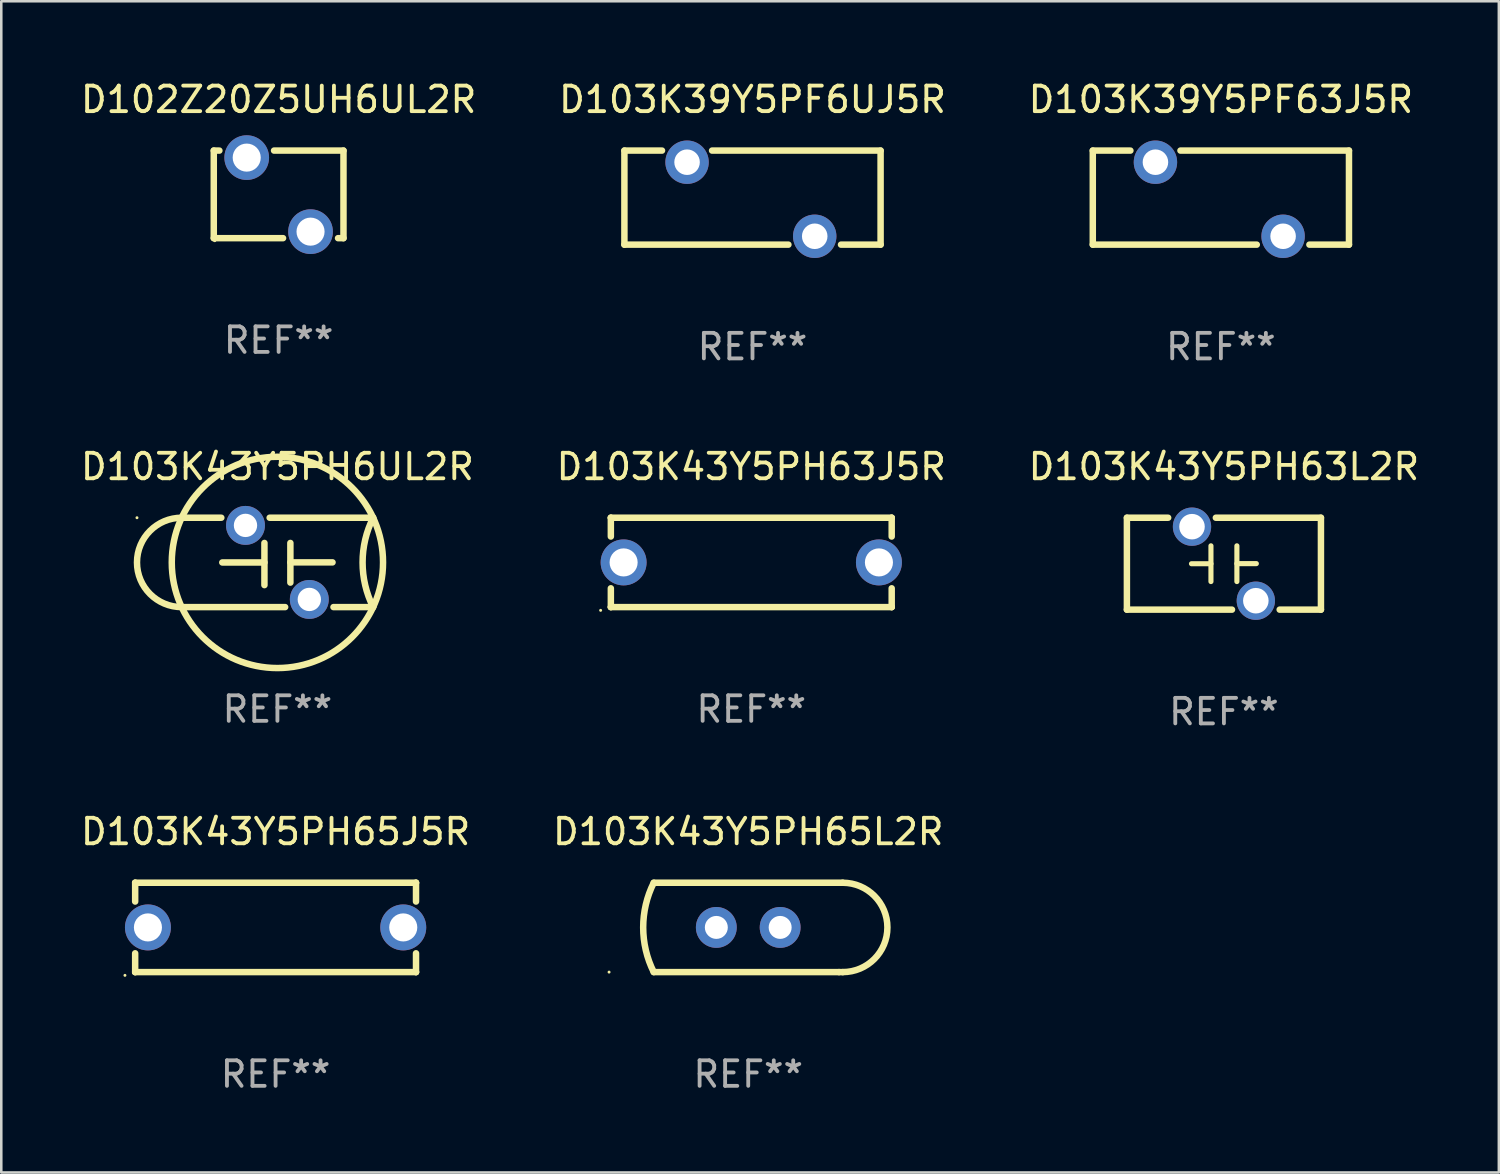
<source format=kicad_pcb>
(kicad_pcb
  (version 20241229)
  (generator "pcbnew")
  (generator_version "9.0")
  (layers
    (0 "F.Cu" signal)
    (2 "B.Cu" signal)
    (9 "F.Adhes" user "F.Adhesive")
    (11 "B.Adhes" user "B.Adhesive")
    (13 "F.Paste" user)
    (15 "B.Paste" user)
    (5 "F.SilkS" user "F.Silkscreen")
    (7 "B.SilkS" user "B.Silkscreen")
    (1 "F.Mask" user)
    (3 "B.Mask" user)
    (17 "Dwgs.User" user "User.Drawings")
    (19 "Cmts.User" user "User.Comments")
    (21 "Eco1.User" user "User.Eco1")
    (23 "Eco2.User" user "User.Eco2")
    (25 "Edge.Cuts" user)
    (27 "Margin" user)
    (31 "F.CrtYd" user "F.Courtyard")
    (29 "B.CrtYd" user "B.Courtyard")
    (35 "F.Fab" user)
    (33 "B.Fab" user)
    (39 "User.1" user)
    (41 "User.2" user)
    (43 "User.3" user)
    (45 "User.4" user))
  (footprint "D103K39Y5PF63J5R"
    (layer "F.Cu")
    (at 44.768 4.69)
    (property "Reference" "D103K39Y5PF63J5R" (at 0 -3.842 0) (layer "F.SilkS") (effects (font (size 1 1) (thickness 0.15))))
    (attr through_hole)
    (fp_line (start -5.017 -1.842) (end -3.544 -1.842) (stroke (width 0.254) (type solid)) (layer "F.SilkS"))
    (fp_line (start -5.017 1.842) (end -5.017 -1.842) (stroke (width 0.254) (type solid)) (layer "F.SilkS"))
    (fp_line (start -1.583 -1.842) (end 5.017 -1.842) (stroke (width 0.254) (type solid)) (layer "F.SilkS"))
    (fp_line (start 1.406 1.842) (end -5.017 1.842) (stroke (width 0.254) (type solid)) (layer "F.SilkS"))
    (fp_line (start 5.017 -1.842) (end 5.017 1.842) (stroke (width 0.254) (type solid)) (layer "F.SilkS"))
    (fp_line (start 5.017 1.842) (end 3.467 1.842) (stroke (width 0.254) (type solid)) (layer "F.SilkS"))
    (fp_circle (center -5.064 -1.687) (end -5.034 -1.687) (stroke (width 0.06) (type solid)) (fill no) (layer "F.SilkS"))
    (fp_text user "REF**" (at 0 5.842 0) (layer "F.Fab") (effects (font (size 1 1) (thickness 0.15))))
    (pad "1" thru_hole circle (at -2.563 -1.387) (size 1.7 1.7) (drill 1) (layers "*.Cu" "*.Mask"))
    (pad "2" thru_hole circle (at 2.437 1.514) (size 1.7 1.7) (drill 1) (layers "*.Cu" "*.Mask")))
  (footprint "D103K43Y5PH65J5R"
    (layer "F.Cu")
    (at 7.744 33.274)
    (property "Reference" "D103K43Y5PH65J5R" (at 0 -3.75 0) (layer "F.SilkS") (effects (font (size 1 1) (thickness 0.15))))
    (attr through_hole)
    (fp_line (start -5.5 -1.75) (end -5.5 -1.75) (stroke (width 0.254) (type solid)) (layer "F.SilkS"))
    (fp_line (start -5.5 -1.75) (end -5.5 -1.014) (stroke (width 0.254) (type solid)) (layer "F.SilkS"))
    (fp_line (start -5.5 -1.75) (end 5.5 -1.75) (stroke (width 0.254) (type solid)) (layer "F.SilkS"))
    (fp_line (start -5.5 1.014) (end -5.5 1.75) (stroke (width 0.254) (type solid)) (layer "F.SilkS"))
    (fp_line (start -5.5 1.75) (end -5.5 1.75) (stroke (width 0.254) (type solid)) (layer "F.SilkS"))
    (fp_line (start 5.5 -1.75) (end 5.5 -1.75) (stroke (width 0.254) (type solid)) (layer "F.SilkS"))
    (fp_line (start 5.5 -1.75) (end 5.5 -1.014) (stroke (width 0.254) (type solid)) (layer "F.SilkS"))
    (fp_line (start 5.5 1.014) (end 5.5 1.75) (stroke (width 0.254) (type solid)) (layer "F.SilkS"))
    (fp_line (start 5.5 1.75) (end -5.5 1.75) (stroke (width 0.254) (type solid)) (layer "F.SilkS"))
    (fp_line (start 5.5 1.75) (end 5.5 1.75) (stroke (width 0.254) (type solid)) (layer "F.SilkS"))
    (fp_circle (center -5.9 1.877) (end -5.87 1.877) (stroke (width 0.06) (type solid)) (fill no) (layer "F.SilkS"))
    (fp_text user "REF**" (at 0 5.75 0) (layer "F.Fab") (effects (font (size 1 1) (thickness 0.15))))
    (pad "1" thru_hole circle (at -5 0) (size 1.8 1.8) (drill 1.1) (layers "*.Cu" "*.Mask"))
    (pad "2" thru_hole circle (at 5 0) (size 1.8 1.8) (drill 1.1) (layers "*.Cu" "*.Mask")))
  (footprint "D103K43Y5PH65L2R"
    (layer "F.Cu")
    (at 26.256 33.274)
    (property "Reference" "D103K43Y5PH65L2R" (at 0 -3.75 0) (layer "F.SilkS") (effects (font (size 1 1) (thickness 0.15))))
    (attr through_hole)
    (fp_line (start -3.701 -1.75) (end 3.701 -1.75) (stroke (width 0.254) (type solid)) (layer "F.SilkS"))
    (fp_line (start -3.701 1.75) (end 3.556 1.75) (stroke (width 0.254) (type solid)) (layer "F.SilkS"))
    (fp_line (start 3.556 1.75) (end 3.701 1.75) (stroke (width 0.254) (type solid)) (layer "F.SilkS"))
    (fp_arc (start -3.701245 1.750013) (mid -4.114367 0) (end -3.701245 -1.750013) (stroke (width 0.254001) (type solid)) (layer "F.SilkS"))
    (fp_arc (start 3.701245 -1.750013) (mid 5.451258 0) (end 3.701245 1.750013) (stroke (width 0.254001) (type solid)) (layer "F.SilkS"))
    (fp_circle (center -5.451 1.75) (end -5.421 1.75) (stroke (width 0.06) (type solid)) (fill no) (layer "F.SilkS"))
    (fp_text user "REF**" (at 0 5.75 0) (layer "F.Fab") (effects (font (size 1 1) (thickness 0.15))))
    (pad "1" thru_hole circle (at -1.25 0) (size 1.6 1.6) (drill 0.9) (layers "*.Cu" "*.Mask"))
    (pad "2" thru_hole circle (at 1.25 0) (size 1.6 1.6) (drill 0.9) (layers "*.Cu" "*.Mask")))
  (footprint "D102Z20Z5UH6UL2R"
    (layer "F.Cu")
    (at 7.863 4.563)
    (property "Reference" "D102Z20Z5UH6UL2R" (at 0 -3.715 0) (layer "F.SilkS") (effects (font (size 1 1) (thickness 0.15))))
    (attr through_hole)
    (fp_line (start -2.54 -1.715) (end -2.321 -1.715) (stroke (width 0.254) (type solid)) (layer "F.SilkS"))
    (fp_line (start -2.54 1.715) (end -2.54 -1.715) (stroke (width 0.254) (type solid)) (layer "F.SilkS"))
    (fp_line (start -0.179 -1.715) (end 2.54 -1.715) (stroke (width 0.254) (type solid)) (layer "F.SilkS"))
    (fp_line (start 0.173 1.715) (end -2.54 1.715) (stroke (width 0.254) (type solid)) (layer "F.SilkS"))
    (fp_line (start 2.54 -1.715) (end 2.54 1.715) (stroke (width 0.254) (type solid)) (layer "F.SilkS"))
    (fp_line (start 2.54 1.715) (end 2.327 1.715) (stroke (width 0.254) (type solid)) (layer "F.SilkS"))
    (fp_circle (center -2.5 1.814) (end -2.47 1.814) (stroke (width 0.06) (type solid)) (fill no) (layer "F.SilkS"))
    (fp_text user "REF**" (at 0 5.715 0) (layer "F.Fab") (effects (font (size 1 1) (thickness 0.15))))
    (pad "1" thru_hole circle (at -1.25 -1.44) (size 1.75 1.75) (drill 1.1) (layers "*.Cu" "*.Mask"))
    (pad "2" thru_hole circle (at 1.25 1.46) (size 1.75 1.75) (drill 1.1) (layers "*.Cu" "*.Mask")))
  (footprint "D103K43Y5PH63L2R"
    (layer "F.Cu")
    (at 44.887 19.028)
    (property "Reference" "D103K43Y5PH63L2R" (at 0 -3.8 0) (layer "F.SilkS") (effects (font (size 1 1) (thickness 0.15))))
    (attr through_hole)
    (fp_line (start -3.8 -1.8) (end -3.8 1.8) (stroke (width 0.254) (type solid)) (layer "F.SilkS"))
    (fp_line (start -3.8 -1.8) (end -2.184 -1.8) (stroke (width 0.254) (type solid)) (layer "F.SilkS"))
    (fp_line (start -3.8 1.8) (end 0.316 1.8) (stroke (width 0.254) (type solid)) (layer "F.SilkS"))
    (fp_line (start -0.508 -0.7) (end -0.508 0.7) (stroke (width 0.2) (type solid)) (layer "F.SilkS"))
    (fp_line (start -0.508 0.002) (end -1.27 0.002) (stroke (width 0.2) (type solid)) (layer "F.SilkS"))
    (fp_line (start -0.316 -1.8) (end 3.8 -1.8) (stroke (width 0.254) (type solid)) (layer "F.SilkS"))
    (fp_line (start 0.508 -0.003) (end 1.27 -0.003) (stroke (width 0.2) (type solid)) (layer "F.SilkS"))
    (fp_line (start 0.508 0.7) (end 0.508 -0.7) (stroke (width 0.2) (type solid)) (layer "F.SilkS"))
    (fp_line (start 2.184 1.8) (end 3.8 1.8) (stroke (width 0.254) (type solid)) (layer "F.SilkS"))
    (fp_line (start 3.8 -1.8) (end 3.8 1.8) (stroke (width 0.254) (type solid)) (layer "F.SilkS"))
    (fp_circle (center -3.75 -1.75) (end -3.72 -1.75) (stroke (width 0.06) (type solid)) (fill no) (layer "F.SilkS"))
    (fp_text user "REF**" (at 0 5.8 0) (layer "F.Fab") (effects (font (size 1 1) (thickness 0.15))))
    (pad "1" thru_hole circle (at -1.25 -1.45) (size 1.5 1.5) (drill 1) (layers "*.Cu" "*.Mask"))
    (pad "2" thru_hole circle (at 1.25 1.45) (size 1.5 1.5) (drill 1) (layers "*.Cu" "*.Mask")))
  (footprint "D103K43Y5PH6UL2R"
    (layer "F.Cu")
    (at 7.815 18.978)
    (property "Reference" "D103K43Y5PH6UL2R" (at 0 -3.75 0) (layer "F.SilkS") (effects (font (size 1 1) (thickness 0.15))))
    (attr through_hole)
    (fp_line (start -3.75 1.75) (end 0.303 1.75) (stroke (width 0.254) (type solid)) (layer "F.SilkS"))
    (fp_line (start -3.749 -1.75) (end -2.197 -1.75) (stroke (width 0.254) (type solid)) (layer "F.SilkS"))
    (fp_line (start -0.508 -0.762) (end -0.508 0.889) (stroke (width 0.254) (type solid)) (layer "F.SilkS"))
    (fp_line (start -0.508 0.002) (end -2.159 0.002) (stroke (width 0.254) (type solid)) (layer "F.SilkS"))
    (fp_line (start -0.303 -1.75) (end 3.75 -1.75) (stroke (width 0.254) (type solid)) (layer "F.SilkS"))
    (fp_line (start 0.508 -0.762) (end 0.508 0.791) (stroke (width 0.254) (type solid)) (layer "F.SilkS"))
    (fp_line (start 0.508 -0.002) (end 2.159 -0.002) (stroke (width 0.254) (type solid)) (layer "F.SilkS"))
    (fp_line (start 2.197 1.75) (end 3.749 1.75) (stroke (width 0.254) (type solid)) (layer "F.SilkS"))
    (fp_arc (start -3.750013 1.750038) (mid -5.499086 -0.000483) (end -3.749048 -1.750038) (stroke (width 0.254001) (type solid)) (layer "F.SilkS"))
    (fp_arc (start -3.749047 -1.750038) (mid 3.749069 1.750016) (end -3.749047 -1.750038) (stroke (width 0.254001) (type solid)) (layer "F.SilkS"))
    (fp_arc (start 3.749048 1.750089) (mid 3.33625 -0.000063) (end 3.750013 -1.749987) (stroke (width 0.254001) (type solid)) (layer "F.SilkS"))
    (fp_circle (center -5.5 -1.75) (end -5.47 -1.75) (stroke (width 0.06) (type solid)) (fill no) (layer "F.SilkS"))
    (fp_text user "REF**" (at 0 5.75 0) (layer "F.Fab") (effects (font (size 1 1) (thickness 0.15))))
    (pad "1" thru_hole circle (at -1.25 -1.45) (size 1.524 1.524) (drill 0.914) (layers "*.Cu" "*.Mask"))
    (pad "2" thru_hole circle (at 1.25 1.45) (size 1.524 1.524) (drill 0.914) (layers "*.Cu" "*.Mask")))
  (footprint "D103K43Y5PH63J5R"
    (layer "F.Cu")
    (at 26.375 18.978)
    (property "Reference" "D103K43Y5PH63J5R" (at 0 -3.75 0) (layer "F.SilkS") (effects (font (size 1 1) (thickness 0.15))))
    (attr through_hole)
    (fp_line (start -5.5 -1.75) (end -5.5 -1.75) (stroke (width 0.254) (type solid)) (layer "F.SilkS"))
    (fp_line (start -5.5 -1.75) (end -5.5 -1.014) (stroke (width 0.254) (type solid)) (layer "F.SilkS"))
    (fp_line (start -5.5 -1.75) (end 5.5 -1.75) (stroke (width 0.254) (type solid)) (layer "F.SilkS"))
    (fp_line (start -5.5 1.014) (end -5.5 1.75) (stroke (width 0.254) (type solid)) (layer "F.SilkS"))
    (fp_line (start -5.5 1.75) (end -5.5 1.75) (stroke (width 0.254) (type solid)) (layer "F.SilkS"))
    (fp_line (start 5.5 -1.75) (end 5.5 -1.75) (stroke (width 0.254) (type solid)) (layer "F.SilkS"))
    (fp_line (start 5.5 -1.75) (end 5.5 -1.014) (stroke (width 0.254) (type solid)) (layer "F.SilkS"))
    (fp_line (start 5.5 1.014) (end 5.5 1.75) (stroke (width 0.254) (type solid)) (layer "F.SilkS"))
    (fp_line (start 5.5 1.75) (end -5.5 1.75) (stroke (width 0.254) (type solid)) (layer "F.SilkS"))
    (fp_line (start 5.5 1.75) (end 5.5 1.75) (stroke (width 0.254) (type solid)) (layer "F.SilkS"))
    (fp_circle (center -5.9 1.877) (end -5.87 1.877) (stroke (width 0.06) (type solid)) (fill no) (layer "F.SilkS"))
    (fp_text user "REF**" (at 0 5.75 0) (layer "F.Fab") (effects (font (size 1 1) (thickness 0.15))))
    (pad "1" thru_hole circle (at -5 0) (size 1.8 1.8) (drill 1.1) (layers "*.Cu" "*.Mask"))
    (pad "2" thru_hole circle (at 5 0) (size 1.8 1.8) (drill 1.1) (layers "*.Cu" "*.Mask")))
  (footprint "D103K39Y5PF6UJ5R"
    (layer "F.Cu")
    (at 26.423 4.69)
    (property "Reference" "D103K39Y5PF6UJ5R" (at 0 -3.842 0) (layer "F.SilkS") (effects (font (size 1 1) (thickness 0.15))))
    (attr through_hole)
    (fp_line (start -5.017 -1.842) (end -3.544 -1.842) (stroke (width 0.254) (type solid)) (layer "F.SilkS"))
    (fp_line (start -5.017 1.842) (end -5.017 -1.842) (stroke (width 0.254) (type solid)) (layer "F.SilkS"))
    (fp_line (start -1.583 -1.842) (end 5.017 -1.842) (stroke (width 0.254) (type solid)) (layer "F.SilkS"))
    (fp_line (start 1.406 1.842) (end -5.017 1.842) (stroke (width 0.254) (type solid)) (layer "F.SilkS"))
    (fp_line (start 5.017 -1.842) (end 5.017 1.842) (stroke (width 0.254) (type solid)) (layer "F.SilkS"))
    (fp_line (start 5.017 1.842) (end 3.467 1.842) (stroke (width 0.254) (type solid)) (layer "F.SilkS"))
    (fp_circle (center -5.064 -1.687) (end -5.034 -1.687) (stroke (width 0.06) (type solid)) (fill no) (layer "F.SilkS"))
    (fp_text user "REF**" (at 0 5.842 0) (layer "F.Fab") (effects (font (size 1 1) (thickness 0.15))))
    (pad "1" thru_hole circle (at -2.563 -1.387) (size 1.7 1.7) (drill 1) (layers "*.Cu" "*.Mask"))
    (pad "2" thru_hole circle (at 2.437 1.514) (size 1.7 1.7) (drill 1) (layers "*.Cu" "*.Mask")))
  (gr_rect
    (start -3 -3)
    (end 55.655 42.873)
    (stroke (width 0.1) (type default))
    (fill no)
    (layer "Edge.Cuts")))
</source>
